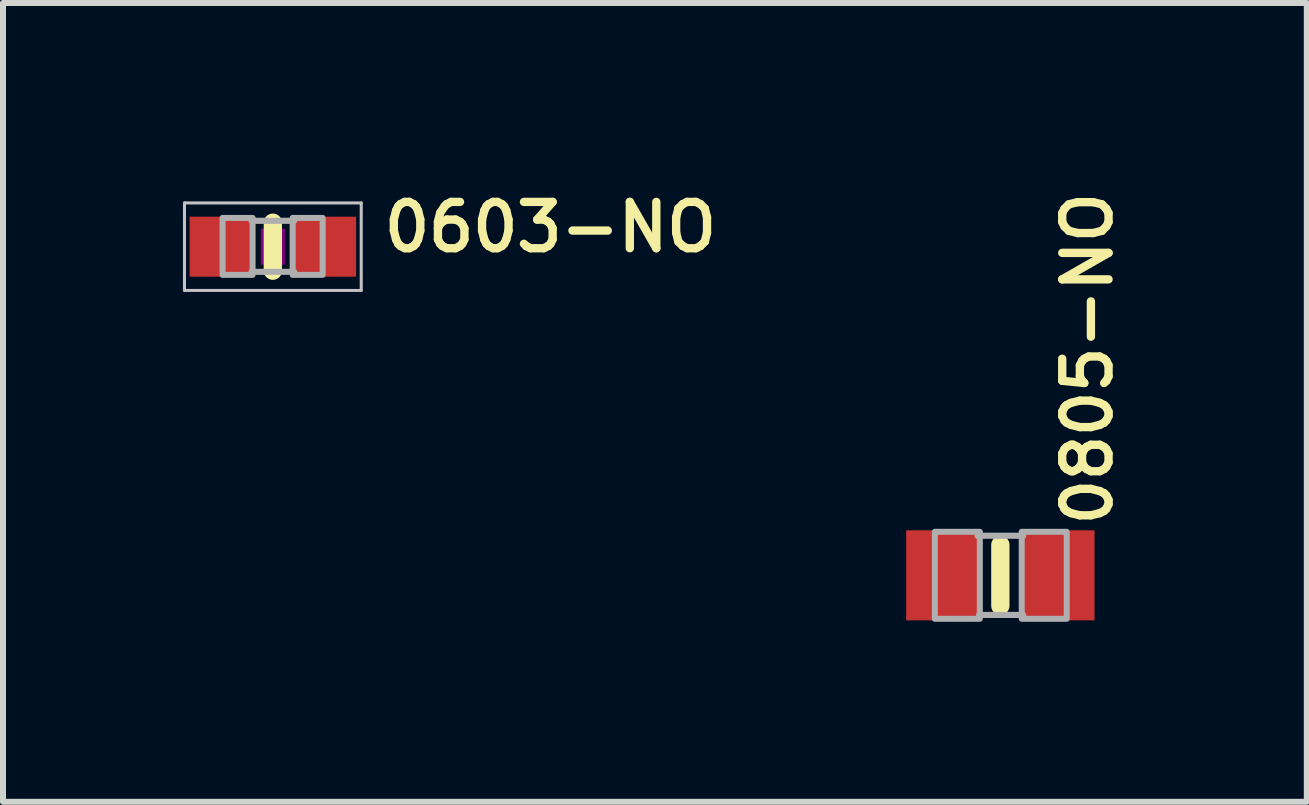
<source format=kicad_pcb>
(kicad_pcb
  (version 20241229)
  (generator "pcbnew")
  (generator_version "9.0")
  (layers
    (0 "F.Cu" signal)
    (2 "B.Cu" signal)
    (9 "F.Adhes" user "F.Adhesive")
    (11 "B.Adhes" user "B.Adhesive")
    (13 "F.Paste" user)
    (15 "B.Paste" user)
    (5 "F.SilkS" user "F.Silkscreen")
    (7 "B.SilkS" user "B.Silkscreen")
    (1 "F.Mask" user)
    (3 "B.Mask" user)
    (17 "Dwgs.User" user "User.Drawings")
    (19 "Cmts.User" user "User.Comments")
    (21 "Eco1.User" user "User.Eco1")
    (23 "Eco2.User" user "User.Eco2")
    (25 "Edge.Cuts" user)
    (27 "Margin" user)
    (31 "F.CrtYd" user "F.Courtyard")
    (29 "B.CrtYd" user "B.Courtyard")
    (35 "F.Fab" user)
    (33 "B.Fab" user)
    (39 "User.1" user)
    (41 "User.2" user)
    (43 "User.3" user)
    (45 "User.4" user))
  (footprint "0603-NO"
    (layer "F.Cu")
    (at 1.498 1.062)
    (property "Reference" "0603-NO" (at 1.778 0.127 180) (layer "F.SilkS") (effects (font (size 0.772 0.772) (thickness 0.139)) (justify left bottom)))
    (attr through_hole)
    (fp_line (start 0 -0.4) (end 0 0.4) (stroke (width 0.305) (type solid)) (layer "F.SilkS"))
    (fp_poly (pts (xy -0.2 0.3) (xy 0.2 0.3) (xy 0.2 -0.3) (xy -0.2 -0.3)) (stroke (width 0) (type solid)) (fill yes) (layer "F.Adhes"))
    (fp_line (start -1.473 -0.729) (end 1.473 -0.729) (stroke (width 0.051) (type solid)) (layer "Dwgs.User"))
    (fp_line (start -1.473 0.729) (end -1.473 -0.729) (stroke (width 0.051) (type solid)) (layer "Dwgs.User"))
    (fp_line (start 1.473 -0.729) (end 1.473 0.729) (stroke (width 0.051) (type solid)) (layer "Dwgs.User"))
    (fp_line (start 1.473 0.729) (end -1.473 0.729) (stroke (width 0.051) (type solid)) (layer "Dwgs.User"))
    (fp_line (start -0.356 -0.432) (end 0.356 -0.432) (stroke (width 0.102) (type solid)) (layer "F.Fab"))
    (fp_line (start -0.356 0.419) (end 0.356 0.419) (stroke (width 0.102) (type solid)) (layer "F.Fab"))
    (fp_poly (pts (xy -0.838 0.47) (xy -0.338 0.47) (xy -0.338 -0.48) (xy -0.838 -0.48)) (stroke (width 0.1) (type solid)) (fill no) (layer "F.Fab"))
    (fp_poly (pts (xy 0.33 0.47) (xy 0.83 0.47) (xy 0.83 -0.48) (xy 0.33 -0.48)) (stroke (width 0.1) (type solid)) (fill no) (layer "F.Fab"))
    (pad "1" smd rect (at -0.85 0) (size 1.075 1) (layers "F.Cu" "F.Mask" "F.Paste"))
    (pad "2" smd rect (at 0.85 0) (size 1.075 1) (layers "F.Cu" "F.Mask" "F.Paste")))
  (footprint "0805-NO"
    (layer "F.Cu")
    (at 13.624 6.54)
    (property "Reference" "0805-NO" (at 1.905 -0.762 90) (layer "F.SilkS") (effects (font (size 0.772 0.772) (thickness 0.139)) (justify left bottom)))
    (attr through_hole)
    (fp_line (start 0 -0.508) (end 0 0.508) (stroke (width 0.305) (type solid)) (layer "F.SilkS"))
    (fp_line (start -0.381 -0.66) (end 0.381 -0.66) (stroke (width 0.102) (type solid)) (layer "F.Fab"))
    (fp_line (start -0.356 0.66) (end 0.381 0.66) (stroke (width 0.102) (type solid)) (layer "F.Fab"))
    (fp_poly (pts (xy -1.092 0.724) (xy -0.342 0.724) (xy -0.342 -0.726) (xy -1.092 -0.726)) (stroke (width 0.1) (type solid)) (fill no) (layer "F.Fab"))
    (fp_poly (pts (xy 0.356 0.724) (xy 1.106 0.724) (xy 1.106 -0.726) (xy 0.356 -0.726)) (stroke (width 0.1) (type solid)) (fill no) (layer "F.Fab"))
    (pad "1" smd rect (at -0.95 0) (size 1.24 1.5) (layers "F.Cu" "F.Mask" "F.Paste"))
    (pad "2" smd rect (at 0.95 0) (size 1.24 1.5) (layers "F.Cu" "F.Mask" "F.Paste")))
  (gr_rect
    (start -3 -3)
    (end 18.732 10.314)
    (stroke (width 0.1) (type default))
    (fill no)
    (layer "Edge.Cuts")))
</source>
